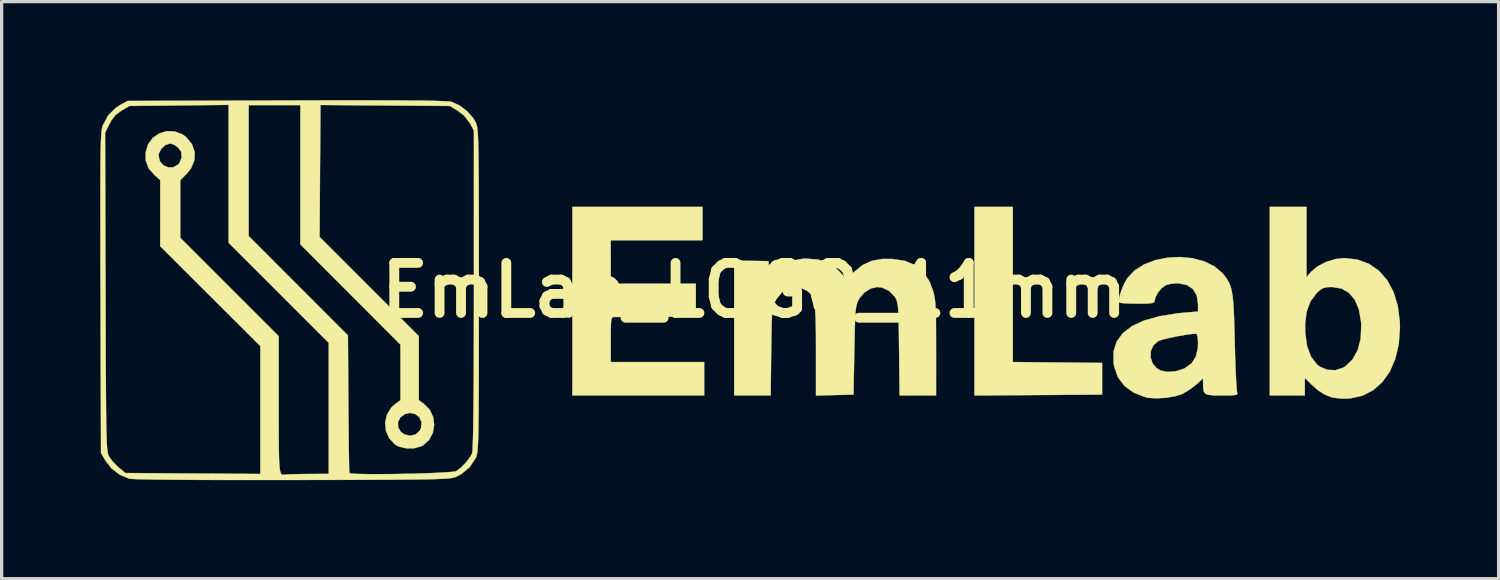
<source format=kicad_pcb>
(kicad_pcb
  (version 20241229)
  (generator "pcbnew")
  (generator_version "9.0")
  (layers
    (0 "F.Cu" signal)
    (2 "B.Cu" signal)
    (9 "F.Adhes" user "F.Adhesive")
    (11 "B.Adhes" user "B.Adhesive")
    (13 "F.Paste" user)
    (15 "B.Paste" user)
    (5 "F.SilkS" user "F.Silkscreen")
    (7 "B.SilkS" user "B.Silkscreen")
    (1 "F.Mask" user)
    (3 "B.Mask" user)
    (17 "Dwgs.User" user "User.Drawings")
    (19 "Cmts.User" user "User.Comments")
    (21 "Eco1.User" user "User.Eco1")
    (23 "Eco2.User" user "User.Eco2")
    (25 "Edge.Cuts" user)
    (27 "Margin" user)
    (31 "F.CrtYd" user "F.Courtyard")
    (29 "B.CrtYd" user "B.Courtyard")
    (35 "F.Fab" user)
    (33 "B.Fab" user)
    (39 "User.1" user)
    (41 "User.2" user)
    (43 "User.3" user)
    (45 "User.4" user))
  (footprint "EmLab_LOGO_11mm"
    (layer "F.Cu")
    (at 19.913 5.789)
    (property "Reference" "EmLab_LOGO_11mm" (at 0 0 0) (layer "F.SilkS") (effects (font (size 1.524 1.524) (thickness 0.3))))
    (attr through_hole)
    (fp_poly (pts (xy 7.874 2.183) (xy 10.592 2.21) (xy 10.592 3.175) (xy 8.649 3.188) (xy 6.706 3.202) (xy 6.706 -2.54) (xy 7.874 -2.54) (xy 7.874 2.183)) (stroke (width 0.01) (type solid)) (fill yes) (layer "F.SilkS"))
    (fp_poly (pts (xy -1.575 -1.524) (xy -4.369 -1.524) (xy -4.369 -0.203) (xy -1.778 -0.203) (xy -1.778 0.804) (xy -2.985 0.808) (xy -3.329 0.809) (xy -3.642 0.81) (xy -3.91 0.811) (xy -4.116 0.812) (xy -4.245 0.812) (xy -4.28 0.812) (xy -4.316 0.821) (xy -4.341 0.858) (xy -4.356 0.938) (xy -4.365 1.078) (xy -4.368 1.292) (xy -4.369 1.499) (xy -4.369 2.184) (xy -1.524 2.184) (xy -1.524 3.2) (xy -5.537 3.2) (xy -5.537 -2.54) (xy -1.575 -2.54) (xy -1.575 -1.524)) (stroke (width 0.01) (type solid)) (fill yes) (layer "F.SilkS"))
    (fp_poly (pts (xy 16.815 -0.399) (xy 16.944 -0.552) (xy 17.143 -0.725) (xy 17.408 -0.863) (xy 17.705 -0.953) (xy 17.956 -0.981) (xy 18.357 -0.938) (xy 18.713 -0.808) (xy 19.019 -0.597) (xy 19.271 -0.309) (xy 19.464 0.049) (xy 19.593 0.472) (xy 19.655 0.954) (xy 19.66 1.139) (xy 19.624 1.638) (xy 19.519 2.084) (xy 19.352 2.471) (xy 19.126 2.791) (xy 18.847 3.039) (xy 18.521 3.207) (xy 18.151 3.29) (xy 17.961 3.298) (xy 17.782 3.287) (xy 17.624 3.266) (xy 17.574 3.254) (xy 17.364 3.171) (xy 17.172 3.048) (xy 16.98 2.879) (xy 16.764 2.671) (xy 16.764 3.2) (xy 15.697 3.2) (xy 15.697 1.014) (xy 16.773 1.014) (xy 16.777 1.308) (xy 16.834 1.705) (xy 16.951 2.019) (xy 17.126 2.25) (xy 17.219 2.324) (xy 17.449 2.422) (xy 17.699 2.431) (xy 17.938 2.353) (xy 17.987 2.323) (xy 18.212 2.111) (xy 18.371 1.828) (xy 18.463 1.48) (xy 18.483 1.075) (xy 18.475 0.954) (xy 18.411 0.584) (xy 18.287 0.29) (xy 18.108 0.075) (xy 17.875 -0.056) (xy 17.592 -0.102) (xy 17.589 -0.102) (xy 17.417 -0.094) (xy 17.301 -0.06) (xy 17.192 0.02) (xy 17.118 0.091) (xy 16.935 0.337) (xy 16.82 0.642) (xy 16.773 1.014) (xy 15.697 1.014) (xy 15.697 -2.54) (xy 16.815 -2.54) (xy 16.815 -0.399)) (stroke (width 0.01) (type solid)) (fill yes) (layer "F.SilkS"))
    (fp_poly (pts (xy 1.936 -0.937) (xy 2.227 -0.849) (xy 2.471 -0.692) (xy 2.6 -0.565) (xy 2.812 -0.328) (xy 3.047 -0.563) (xy 3.3 -0.769) (xy 3.579 -0.897) (xy 3.903 -0.955) (xy 4.21 -0.954) (xy 4.591 -0.896) (xy 4.901 -0.766) (xy 5.146 -0.562) (xy 5.332 -0.277) (xy 5.437 -0.007) (xy 5.467 0.097) (xy 5.49 0.206) (xy 5.508 0.333) (xy 5.52 0.491) (xy 5.529 0.695) (xy 5.534 0.958) (xy 5.536 1.293) (xy 5.537 1.715) (xy 5.537 1.758) (xy 5.537 3.2) (xy 4.427 3.2) (xy 4.41 1.791) (xy 4.405 1.375) (xy 4.4 1.047) (xy 4.394 0.796) (xy 4.385 0.609) (xy 4.373 0.473) (xy 4.357 0.374) (xy 4.335 0.302) (xy 4.307 0.242) (xy 4.279 0.195) (xy 4.113 0.019) (xy 3.895 -0.083) (xy 3.747 -0.102) (xy 3.549 -0.056) (xy 3.358 0.064) (xy 3.206 0.237) (xy 3.185 0.274) (xy 3.151 0.342) (xy 3.125 0.416) (xy 3.104 0.507) (xy 3.088 0.629) (xy 3.076 0.795) (xy 3.067 1.02) (xy 3.059 1.315) (xy 3.051 1.694) (xy 3.048 1.829) (xy 3.023 3.175) (xy 2.451 3.189) (xy 1.88 3.204) (xy 1.88 1.829) (xy 1.879 1.382) (xy 1.874 1.025) (xy 1.865 0.745) (xy 1.85 0.531) (xy 1.827 0.37) (xy 1.794 0.25) (xy 1.749 0.16) (xy 1.692 0.087) (xy 1.635 0.032) (xy 1.516 -0.034) (xy 1.354 -0.079) (xy 1.31 -0.085) (xy 1.064 -0.064) (xy 0.854 0.052) (xy 0.68 0.262) (xy 0.65 0.316) (xy 0.614 0.386) (xy 0.587 0.458) (xy 0.566 0.544) (xy 0.55 0.66) (xy 0.539 0.816) (xy 0.531 1.029) (xy 0.525 1.31) (xy 0.519 1.672) (xy 0.517 1.867) (xy 0.501 3.2) (xy -0.61 3.2) (xy -0.61 -0.905) (xy -0.089 -0.897) (xy 0.432 -0.889) (xy 0.483 -0.448) (xy 0.61 -0.586) (xy 0.843 -0.771) (xy 1.14 -0.9) (xy 1.474 -0.961) (xy 1.578 -0.965) (xy 1.936 -0.937)) (stroke (width 0.01) (type solid)) (fill yes) (layer "F.SilkS"))
    (fp_poly (pts (xy 13.35 -0.976) (xy 13.703 -0.881) (xy 14.012 -0.728) (xy 14.26 -0.517) (xy 14.291 -0.48) (xy 14.374 -0.371) (xy 14.44 -0.265) (xy 14.493 -0.148) (xy 14.533 -0.009) (xy 14.563 0.166) (xy 14.586 0.39) (xy 14.603 0.674) (xy 14.616 1.032) (xy 14.628 1.477) (xy 14.63 1.575) (xy 14.64 1.952) (xy 14.652 2.299) (xy 14.665 2.601) (xy 14.678 2.846) (xy 14.69 3.019) (xy 14.702 3.106) (xy 14.703 3.111) (xy 14.713 3.152) (xy 14.688 3.178) (xy 14.612 3.192) (xy 14.467 3.199) (xy 14.238 3.2) (xy 14.235 3.2) (xy 13.989 3.198) (xy 13.827 3.183) (xy 13.731 3.144) (xy 13.684 3.069) (xy 13.668 2.947) (xy 13.666 2.826) (xy 13.665 2.681) (xy 13.456 2.87) (xy 13.284 3.004) (xy 13.091 3.124) (xy 13.011 3.164) (xy 12.802 3.228) (xy 12.539 3.271) (xy 12.264 3.288) (xy 12.02 3.276) (xy 11.913 3.255) (xy 11.553 3.114) (xy 11.274 2.912) (xy 11.076 2.649) (xy 10.961 2.326) (xy 10.939 2.194) (xy 10.941 2.034) (xy 12.066 2.034) (xy 12.124 2.218) (xy 12.249 2.37) (xy 12.37 2.441) (xy 12.585 2.484) (xy 12.835 2.465) (xy 13.077 2.389) (xy 13.105 2.375) (xy 13.313 2.226) (xy 13.445 2.025) (xy 13.506 1.76) (xy 13.513 1.614) (xy 13.503 1.427) (xy 13.474 1.334) (xy 13.449 1.321) (xy 13.302 1.332) (xy 13.098 1.361) (xy 12.869 1.401) (xy 12.643 1.448) (xy 12.452 1.494) (xy 12.325 1.534) (xy 12.309 1.542) (xy 12.157 1.67) (xy 12.076 1.843) (xy 12.066 2.034) (xy 10.941 2.034) (xy 10.943 1.854) (xy 11.038 1.556) (xy 11.227 1.301) (xy 11.507 1.087) (xy 11.88 0.916) (xy 12.345 0.787) (xy 12.903 0.699) (xy 13.101 0.68) (xy 13.513 0.646) (xy 13.513 0.42) (xy 13.473 0.157) (xy 13.358 -0.039) (xy 13.171 -0.164) (xy 12.916 -0.215) (xy 12.863 -0.215) (xy 12.693 -0.199) (xy 12.541 -0.161) (xy 12.535 -0.159) (xy 12.409 -0.071) (xy 12.291 0.07) (xy 12.211 0.225) (xy 12.192 0.318) (xy 12.182 0.358) (xy 12.139 0.383) (xy 12.047 0.398) (xy 11.887 0.405) (xy 11.662 0.406) (xy 11.44 0.403) (xy 11.26 0.394) (xy 11.142 0.38) (xy 11.109 0.368) (xy 11.104 0.281) (xy 11.136 0.135) (xy 11.196 -0.042) (xy 11.274 -0.22) (xy 11.359 -0.368) (xy 11.362 -0.372) (xy 11.586 -0.609) (xy 11.878 -0.792) (xy 12.218 -0.921) (xy 12.59 -0.995) (xy 12.973 -1.014) (xy 13.35 -0.976)) (stroke (width 0.01) (type solid)) (fill yes) (layer "F.SilkS"))
    (fp_poly (pts (xy -11.288 -5.783) (xy -10.771 -5.781) (xy -10.335 -5.777) (xy -9.976 -5.773) (xy -9.69 -5.767) (xy -9.473 -5.759) (xy -9.321 -5.751) (xy -9.229 -5.741) (xy -9.21 -5.736) (xy -8.974 -5.63) (xy -8.745 -5.457) (xy -8.558 -5.246) (xy -8.478 -5.108) (xy -8.462 -5.07) (xy -8.448 -5.024) (xy -8.436 -4.964) (xy -8.426 -4.885) (xy -8.417 -4.778) (xy -8.409 -4.64) (xy -8.403 -4.462) (xy -8.398 -4.24) (xy -8.394 -3.966) (xy -8.391 -3.635) (xy -8.388 -3.24) (xy -8.386 -2.776) (xy -8.385 -2.235) (xy -8.385 -1.612) (xy -8.384 -0.901) (xy -8.384 -0.095) (xy -8.384 0) (xy -8.384 0.817) (xy -8.385 1.538) (xy -8.385 2.17) (xy -8.386 2.719) (xy -8.388 3.192) (xy -8.39 3.594) (xy -8.393 3.931) (xy -8.397 4.211) (xy -8.402 4.438) (xy -8.409 4.62) (xy -8.416 4.762) (xy -8.425 4.872) (xy -8.435 4.954) (xy -8.447 5.015) (xy -8.46 5.062) (xy -8.476 5.1) (xy -8.478 5.105) (xy -8.661 5.381) (xy -8.921 5.596) (xy -9.068 5.674) (xy -9.107 5.69) (xy -9.155 5.703) (xy -9.218 5.715) (xy -9.303 5.726) (xy -9.416 5.735) (xy -9.564 5.742) (xy -9.751 5.749) (xy -9.986 5.754) (xy -10.274 5.759) (xy -10.621 5.762) (xy -11.034 5.766) (xy -11.519 5.768) (xy -12.083 5.77) (xy -12.731 5.772) (xy -13.469 5.773) (xy -14.046 5.775) (xy -14.856 5.775) (xy -15.609 5.775) (xy -16.3 5.774) (xy -16.924 5.772) (xy -17.476 5.768) (xy -17.953 5.764) (xy -18.348 5.759) (xy -18.658 5.753) (xy -18.878 5.746) (xy -19.002 5.738) (xy -19.025 5.735) (xy -19.316 5.615) (xy -19.573 5.416) (xy -19.752 5.185) (xy -19.888 4.953) (xy -19.902 0.076) (xy -19.905 -0.744) (xy -19.906 -1.468) (xy -19.907 -2.103) (xy -19.908 -2.655) (xy -19.907 -3.13) (xy -19.905 -3.534) (xy -19.903 -3.874) (xy -19.899 -4.156) (xy -19.895 -4.385) (xy -19.889 -4.568) (xy -19.881 -4.712) (xy -19.874 -4.795) (xy -19.763 -4.795) (xy -19.75 0.053) (xy -19.747 0.864) (xy -19.745 1.579) (xy -19.743 2.205) (xy -19.74 2.748) (xy -19.737 3.214) (xy -19.734 3.61) (xy -19.73 3.941) (xy -19.726 4.214) (xy -19.72 4.436) (xy -19.713 4.612) (xy -19.706 4.748) (xy -19.696 4.852) (xy -19.686 4.928) (xy -19.674 4.984) (xy -19.66 5.025) (xy -19.644 5.058) (xy -19.634 5.075) (xy -19.529 5.215) (xy -19.388 5.361) (xy -19.337 5.405) (xy -19.142 5.563) (xy -15.037 5.591) (xy -15.037 1.698) (xy -16.561 0.177) (xy -18.085 -1.344) (xy -18.085 -2.35) (xy -18.085 -3.356) (xy -18.256 -3.507) (xy -18.438 -3.715) (xy -18.525 -3.948) (xy -18.527 -4.094) (xy -18.136 -4.094) (xy -18.094 -3.926) (xy -17.988 -3.806) (xy -17.844 -3.743) (xy -17.687 -3.746) (xy -17.546 -3.824) (xy -17.499 -3.878) (xy -17.428 -4.053) (xy -17.45 -4.225) (xy -17.558 -4.365) (xy -17.677 -4.439) (xy -17.778 -4.47) (xy -17.78 -4.47) (xy -17.927 -4.425) (xy -18.053 -4.311) (xy -18.127 -4.161) (xy -18.136 -4.094) (xy -18.527 -4.094) (xy -18.529 -4.196) (xy -18.456 -4.444) (xy -18.312 -4.64) (xy -18.115 -4.776) (xy -17.887 -4.845) (xy -17.646 -4.838) (xy -17.412 -4.75) (xy -17.296 -4.666) (xy -17.12 -4.452) (xy -17.036 -4.211) (xy -17.045 -3.96) (xy -17.146 -3.715) (xy -17.277 -3.551) (xy -17.475 -3.353) (xy -17.475 -2.476) (xy -17.475 -1.6) (xy -15.977 -0.102) (xy -14.478 1.396) (xy -14.478 3.488) (xy -14.478 4.012) (xy -14.477 4.444) (xy -14.474 4.792) (xy -14.469 5.064) (xy -14.461 5.271) (xy -14.448 5.42) (xy -14.431 5.52) (xy -14.407 5.581) (xy -14.377 5.611) (xy -14.339 5.619) (xy -14.293 5.613) (xy -14.275 5.61) (xy -14.196 5.604) (xy -14.039 5.599) (xy -13.826 5.595) (xy -13.579 5.592) (xy -13.576 5.592) (xy -12.954 5.588) (xy -12.954 1.6) (xy -14.478 0.076) (xy -16.002 -1.447) (xy -16.002 -5.639) (xy -15.392 -5.639) (xy -15.392 -1.652) (xy -12.37 1.372) (xy -12.356 3.442) (xy -12.353 3.892) (xy -12.349 4.31) (xy -12.345 4.687) (xy -12.34 5.01) (xy -12.336 5.269) (xy -12.331 5.453) (xy -12.327 5.55) (xy -12.325 5.563) (xy -12.271 5.577) (xy -12.13 5.588) (xy -11.917 5.594) (xy -11.647 5.597) (xy -11.335 5.597) (xy -10.995 5.594) (xy -10.643 5.588) (xy -10.293 5.58) (xy -9.959 5.57) (xy -9.658 5.557) (xy -9.403 5.543) (xy -9.21 5.528) (xy -9.092 5.511) (xy -9.068 5.503) (xy -8.923 5.392) (xy -8.772 5.236) (xy -8.647 5.072) (xy -8.588 4.962) (xy -8.578 4.888) (xy -8.569 4.723) (xy -8.561 4.465) (xy -8.554 4.114) (xy -8.548 3.668) (xy -8.543 3.126) (xy -8.539 2.488) (xy -8.536 1.751) (xy -8.535 0.915) (xy -8.534 -0.021) (xy -8.534 -4.861) (xy -8.653 -5.085) (xy -8.833 -5.32) (xy -9.017 -5.461) (xy -9.263 -5.613) (xy -11.234 -5.628) (xy -13.206 -5.643) (xy -13.22 -3.634) (xy -13.233 -1.625) (xy -10.211 1.396) (xy -10.211 3.346) (xy -10.058 3.455) (xy -9.879 3.637) (xy -9.775 3.859) (xy -9.744 4.1) (xy -9.785 4.338) (xy -9.896 4.549) (xy -10.075 4.714) (xy -10.143 4.75) (xy -10.358 4.81) (xy -10.599 4.811) (xy -10.822 4.756) (xy -10.935 4.694) (xy -11.114 4.504) (xy -11.214 4.273) (xy -11.236 4.023) (xy -11.234 4.015) (xy -10.846 4.015) (xy -10.84 4.172) (xy -10.757 4.313) (xy -10.654 4.386) (xy -10.471 4.428) (xy -10.304 4.386) (xy -10.18 4.27) (xy -10.145 4.196) (xy -10.129 4.017) (xy -10.193 3.867) (xy -10.318 3.767) (xy -10.484 3.732) (xy -10.631 3.765) (xy -10.776 3.87) (xy -10.846 4.015) (xy -11.234 4.015) (xy -11.179 3.78) (xy -11.045 3.564) (xy -10.923 3.455) (xy -10.77 3.346) (xy -10.77 1.655) (xy -13.818 -1.399) (xy -13.818 -5.639) (xy -15.392 -5.639) (xy -16.002 -5.639) (xy -16.002 -5.646) (xy -19.025 -5.613) (xy -19.262 -5.474) (xy -19.443 -5.341) (xy -19.575 -5.171) (xy -19.631 -5.065) (xy -19.763 -4.795) (xy -19.874 -4.795) (xy -19.872 -4.822) (xy -19.862 -4.904) (xy -19.85 -4.965) (xy -19.837 -5.011) (xy -19.834 -5.019) (xy -19.668 -5.327) (xy -19.429 -5.563) (xy -19.285 -5.654) (xy -19.075 -5.766) (xy -14.249 -5.78) (xy -13.367 -5.783) (xy -12.582 -5.784) (xy -11.89 -5.784) (xy -11.288 -5.783)) (stroke (width 0.01) (type solid)) (fill yes) (layer "F.SilkS")))
  (gr_rect
    (start -3 -3)
    (end 42.577 14.57)
    (stroke (width 0.1) (type default))
    (fill no)
    (layer "Edge.Cuts")))
</source>
